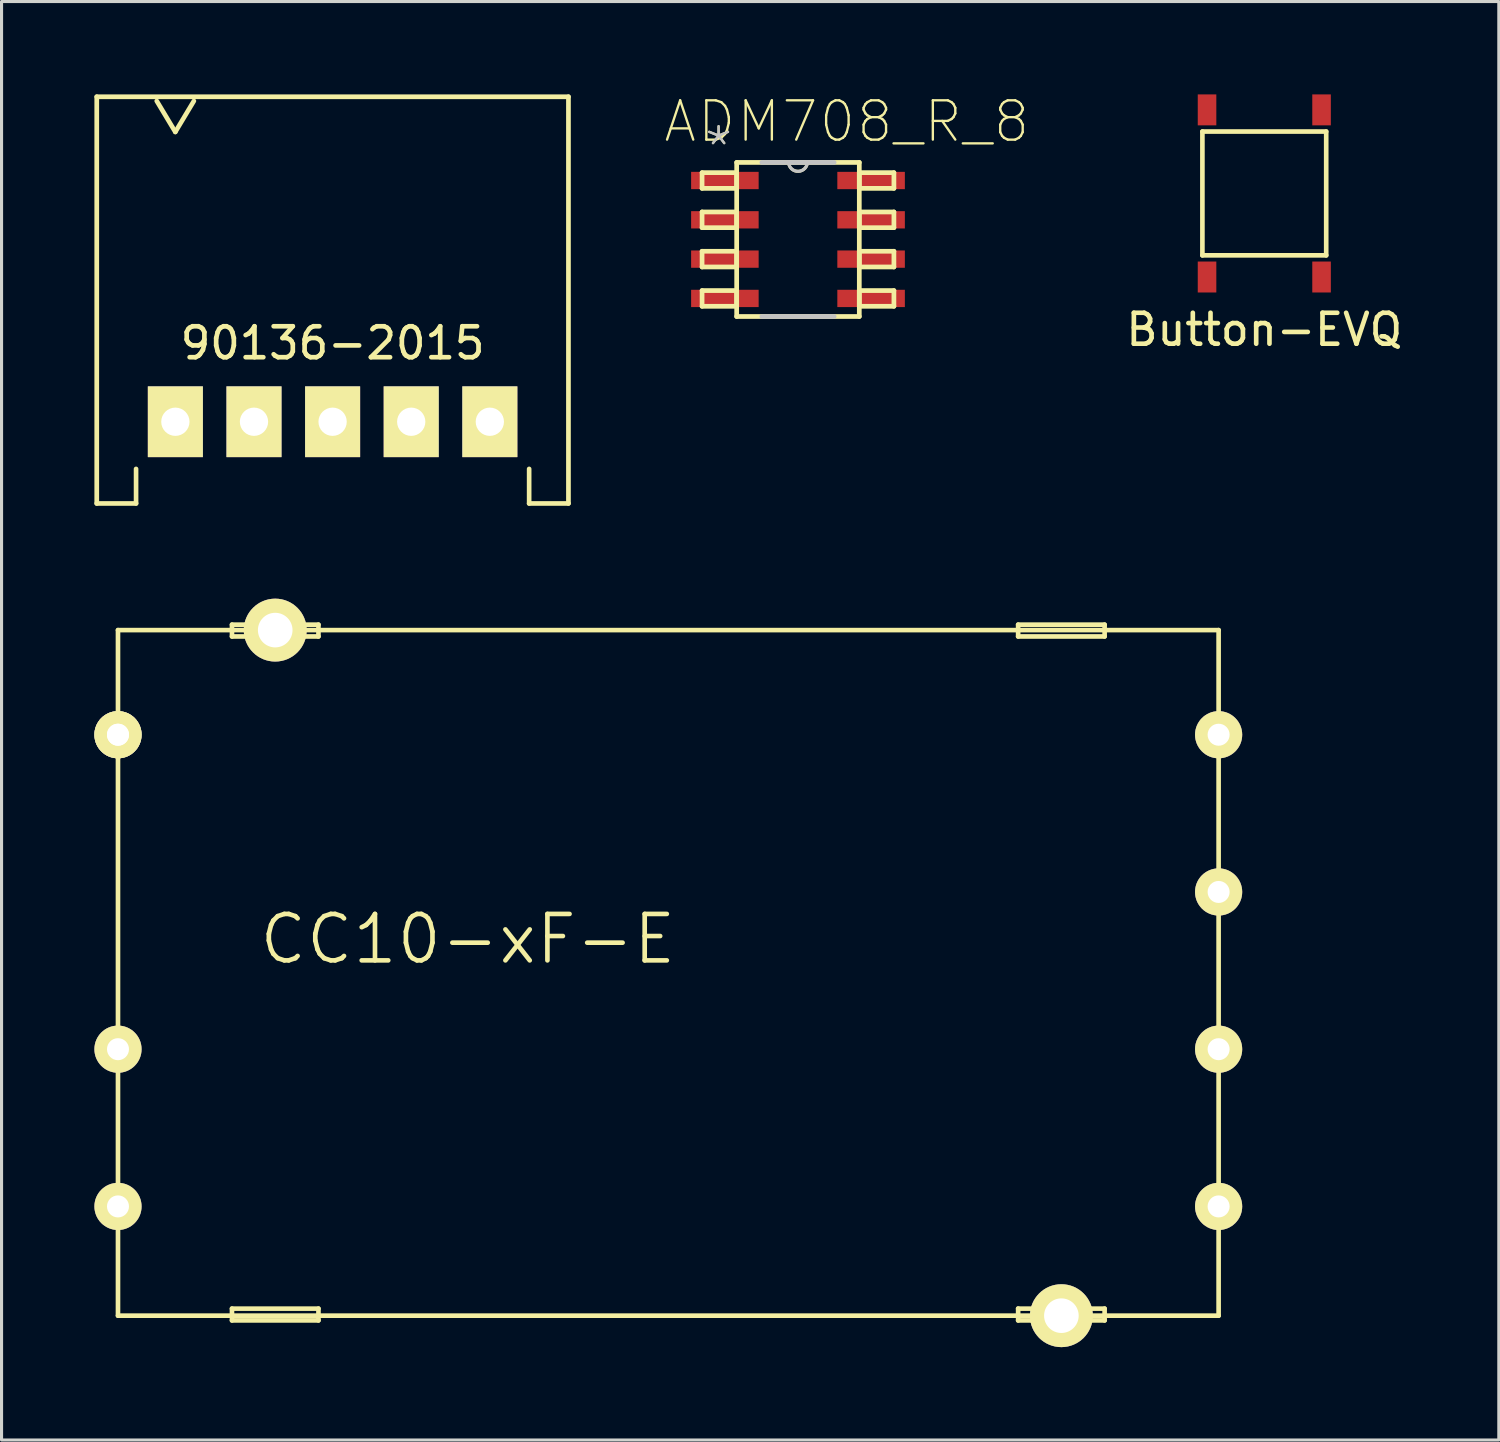
<source format=kicad_pcb>
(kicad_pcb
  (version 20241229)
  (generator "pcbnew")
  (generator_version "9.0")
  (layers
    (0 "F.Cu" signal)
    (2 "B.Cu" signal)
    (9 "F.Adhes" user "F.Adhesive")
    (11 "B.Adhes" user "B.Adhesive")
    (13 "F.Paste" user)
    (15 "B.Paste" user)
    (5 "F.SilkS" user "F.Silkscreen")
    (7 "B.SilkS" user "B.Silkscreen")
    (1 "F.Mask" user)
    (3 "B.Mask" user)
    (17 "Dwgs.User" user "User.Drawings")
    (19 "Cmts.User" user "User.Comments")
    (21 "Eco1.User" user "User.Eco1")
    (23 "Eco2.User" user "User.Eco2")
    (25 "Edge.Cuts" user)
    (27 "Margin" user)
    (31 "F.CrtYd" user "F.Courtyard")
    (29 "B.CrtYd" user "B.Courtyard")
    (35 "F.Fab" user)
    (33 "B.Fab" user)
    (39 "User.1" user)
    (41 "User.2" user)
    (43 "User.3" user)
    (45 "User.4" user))
  (footprint "ADM708_R_8"
    (layer "F.Cu")
    (at 22.732 4.687)
    (property "Reference" "ADM708_R_8" (at 1.575 -3.81 0) (layer "F.SilkS") (effects (font (size 1.27 1.27) (thickness 0.076))))
    (attr smd)
    (fp_line (start -3.099 -2.159) (end -3.099 -1.651) (stroke (width 0.152) (type solid)) (layer "F.SilkS"))
    (fp_line (start -3.099 -1.651) (end -1.981 -1.651) (stroke (width 0.152) (type solid)) (layer "F.SilkS"))
    (fp_line (start -3.099 -0.889) (end -3.099 -0.381) (stroke (width 0.152) (type solid)) (layer "F.SilkS"))
    (fp_line (start -3.099 -0.381) (end -1.981 -0.381) (stroke (width 0.152) (type solid)) (layer "F.SilkS"))
    (fp_line (start -3.099 0.381) (end -3.099 0.889) (stroke (width 0.152) (type solid)) (layer "F.SilkS"))
    (fp_line (start -3.099 0.889) (end -1.981 0.889) (stroke (width 0.152) (type solid)) (layer "F.SilkS"))
    (fp_line (start -3.099 1.651) (end -3.099 2.159) (stroke (width 0.152) (type solid)) (layer "F.SilkS"))
    (fp_line (start -3.099 2.159) (end -1.981 2.159) (stroke (width 0.152) (type solid)) (layer "F.SilkS"))
    (fp_line (start -1.981 -2.489) (end -1.981 2.489) (stroke (width 0.152) (type solid)) (layer "F.SilkS"))
    (fp_line (start -1.981 -2.159) (end -3.099 -2.159) (stroke (width 0.152) (type solid)) (layer "F.SilkS"))
    (fp_line (start -1.981 -1.651) (end -1.981 -2.159) (stroke (width 0.152) (type solid)) (layer "F.SilkS"))
    (fp_line (start -1.981 -0.889) (end -3.099 -0.889) (stroke (width 0.152) (type solid)) (layer "F.SilkS"))
    (fp_line (start -1.981 -0.381) (end -1.981 -0.889) (stroke (width 0.152) (type solid)) (layer "F.SilkS"))
    (fp_line (start -1.981 0.381) (end -3.099 0.381) (stroke (width 0.152) (type solid)) (layer "F.SilkS"))
    (fp_line (start -1.981 0.889) (end -1.981 0.381) (stroke (width 0.152) (type solid)) (layer "F.SilkS"))
    (fp_line (start -1.981 1.651) (end -3.099 1.651) (stroke (width 0.152) (type solid)) (layer "F.SilkS"))
    (fp_line (start -1.981 2.159) (end -1.981 1.651) (stroke (width 0.152) (type solid)) (layer "F.SilkS"))
    (fp_line (start -1.981 2.489) (end 1.981 2.489) (stroke (width 0.152) (type solid)) (layer "F.SilkS"))
    (fp_line (start -0.305 -2.489) (end -1.981 -2.489) (stroke (width 0.152) (type solid)) (layer "F.SilkS"))
    (fp_line (start 1.981 -2.489) (end -0.305 -2.489) (stroke (width 0.152) (type solid)) (layer "F.SilkS"))
    (fp_line (start 1.981 -2.159) (end 1.981 -1.651) (stroke (width 0.152) (type solid)) (layer "F.SilkS"))
    (fp_line (start 1.981 -1.651) (end 3.099 -1.651) (stroke (width 0.152) (type solid)) (layer "F.SilkS"))
    (fp_line (start 1.981 -0.889) (end 1.981 -0.381) (stroke (width 0.152) (type solid)) (layer "F.SilkS"))
    (fp_line (start 1.981 -0.381) (end 3.099 -0.381) (stroke (width 0.152) (type solid)) (layer "F.SilkS"))
    (fp_line (start 1.981 0.381) (end 1.981 0.889) (stroke (width 0.152) (type solid)) (layer "F.SilkS"))
    (fp_line (start 1.981 0.889) (end 3.099 0.889) (stroke (width 0.152) (type solid)) (layer "F.SilkS"))
    (fp_line (start 1.981 1.651) (end 1.981 2.159) (stroke (width 0.152) (type solid)) (layer "F.SilkS"))
    (fp_line (start 1.981 2.159) (end 3.099 2.159) (stroke (width 0.152) (type solid)) (layer "F.SilkS"))
    (fp_line (start 1.981 2.489) (end 1.981 -2.489) (stroke (width 0.152) (type solid)) (layer "F.SilkS"))
    (fp_line (start 3.099 -2.159) (end 1.981 -2.159) (stroke (width 0.152) (type solid)) (layer "F.SilkS"))
    (fp_line (start 3.099 -1.651) (end 3.099 -2.159) (stroke (width 0.152) (type solid)) (layer "F.SilkS"))
    (fp_line (start 3.099 -0.889) (end 1.981 -0.889) (stroke (width 0.152) (type solid)) (layer "F.SilkS"))
    (fp_line (start 3.099 -0.381) (end 3.099 -0.889) (stroke (width 0.152) (type solid)) (layer "F.SilkS"))
    (fp_line (start 3.099 0.381) (end 1.981 0.381) (stroke (width 0.152) (type solid)) (layer "F.SilkS"))
    (fp_line (start 3.099 0.889) (end 3.099 0.381) (stroke (width 0.152) (type solid)) (layer "F.SilkS"))
    (fp_line (start 3.099 1.651) (end 1.981 1.651) (stroke (width 0.152) (type solid)) (layer "F.SilkS"))
    (fp_line (start 3.099 2.159) (end 3.099 1.651) (stroke (width 0.152) (type solid)) (layer "F.SilkS"))
    (fp_arc (start 0.3048 -2.5146) (mid 0.0127 -2.1971) (end -0.3048 -2.4892) (stroke (width 0.1) (type solid)) (layer "F.SilkS"))
    (fp_line (start -1.168 2.489) (end 1.168 2.489) (stroke (width 0.152) (type solid)) (layer "Dwgs.User"))
    (fp_line (start -0.305 -2.489) (end -1.168 -2.489) (stroke (width 0.152) (type solid)) (layer "Dwgs.User"))
    (fp_line (start 1.168 -2.489) (end -0.305 -2.489) (stroke (width 0.152) (type solid)) (layer "Dwgs.User"))
    (fp_arc (start 0.3048 -2.5146) (mid 0.0127 -2.1971) (end -0.3048 -2.4892) (stroke (width 0.1) (type solid)) (layer "Dwgs.User"))
    (fp_text user "*" (at -2.565 -2.972 0) (layer "F.SilkS") (effects (font (size 1.27 1.27) (thickness 0.076))))
    (fp_text user "*" (at -2.565 -2.972 0) (layer "Dwgs.User") (effects (font (size 1.27 1.27) (thickness 0.076))))
    (pad "1" smd rect (at -2.362 -1.905) (size 2.182 0.559) (layers "F.Cu" "F.Mask" "F.Paste"))
    (pad "2" smd rect (at -2.362 -0.635) (size 2.182 0.559) (layers "F.Cu" "F.Mask" "F.Paste"))
    (pad "3" smd rect (at -2.362 0.635) (size 2.182 0.559) (layers "F.Cu" "F.Mask" "F.Paste"))
    (pad "4" smd rect (at -2.362 1.905) (size 2.182 0.559) (layers "F.Cu" "F.Mask" "F.Paste"))
    (pad "5" smd rect (at 2.362 1.905) (size 2.182 0.559) (layers "F.Cu" "F.Mask" "F.Paste"))
    (pad "6" smd rect (at 2.362 0.635) (size 2.182 0.559) (layers "F.Cu" "F.Mask" "F.Paste"))
    (pad "7" smd rect (at 2.362 -0.635) (size 2.182 0.559) (layers "F.Cu" "F.Mask" "F.Paste"))
    (pad "8" smd rect (at 2.362 -1.905) (size 2.182 0.559) (layers "F.Cu" "F.Mask" "F.Paste")))
  (footprint "CC10-xF-E"
    (layer "F.Cu")
    (at 0.762 20.688)
    (property "Reference" "CC10-xF-E" (at 11.303 6.604 0) (layer "F.SilkS") (effects (font (size 1.5 1.5) (thickness 0.15))))
    (attr through_hole)
    (fp_line (start 0 -3.38) (end 0 18.77) (stroke (width 0.15) (type solid)) (layer "F.SilkS"))
    (fp_line (start 0 -3.38) (end 35.56 -3.38) (stroke (width 0.15) (type solid)) (layer "F.SilkS"))
    (fp_line (start 0 18.77) (end 35.56 18.77) (stroke (width 0.15) (type solid)) (layer "F.SilkS"))
    (fp_line (start 3.683 -3.556) (end 3.683 -3.175) (stroke (width 0.15) (type solid)) (layer "F.SilkS"))
    (fp_line (start 3.683 -3.175) (end 6.477 -3.175) (stroke (width 0.15) (type solid)) (layer "F.SilkS"))
    (fp_line (start 3.683 18.542) (end 6.477 18.542) (stroke (width 0.15) (type solid)) (layer "F.SilkS"))
    (fp_line (start 3.683 18.923) (end 3.683 18.542) (stroke (width 0.15) (type solid)) (layer "F.SilkS"))
    (fp_line (start 6.477 -3.556) (end 3.683 -3.556) (stroke (width 0.15) (type solid)) (layer "F.SilkS"))
    (fp_line (start 6.477 -3.175) (end 6.477 -3.556) (stroke (width 0.15) (type solid)) (layer "F.SilkS"))
    (fp_line (start 6.477 18.542) (end 6.477 18.923) (stroke (width 0.15) (type solid)) (layer "F.SilkS"))
    (fp_line (start 6.477 18.923) (end 3.683 18.923) (stroke (width 0.15) (type solid)) (layer "F.SilkS"))
    (fp_line (start 29.083 -3.556) (end 29.083 -3.175) (stroke (width 0.15) (type solid)) (layer "F.SilkS"))
    (fp_line (start 29.083 -3.175) (end 31.877 -3.175) (stroke (width 0.15) (type solid)) (layer "F.SilkS"))
    (fp_line (start 29.083 18.542) (end 31.877 18.542) (stroke (width 0.15) (type solid)) (layer "F.SilkS"))
    (fp_line (start 29.083 18.923) (end 29.083 18.542) (stroke (width 0.15) (type solid)) (layer "F.SilkS"))
    (fp_line (start 31.877 -3.556) (end 29.083 -3.556) (stroke (width 0.15) (type solid)) (layer "F.SilkS"))
    (fp_line (start 31.877 -3.175) (end 31.877 -3.556) (stroke (width 0.15) (type solid)) (layer "F.SilkS"))
    (fp_line (start 31.877 18.542) (end 31.877 18.923) (stroke (width 0.15) (type solid)) (layer "F.SilkS"))
    (fp_line (start 31.877 18.923) (end 29.083 18.923) (stroke (width 0.15) (type solid)) (layer "F.SilkS"))
    (fp_line (start 35.56 -3.38) (end 35.56 18.77) (stroke (width 0.15) (type solid)) (layer "F.SilkS"))
    (pad "1" thru_hole circle (at 0 0) (size 1.524 1.524) (drill 0.711) (layers "*.Cu" "*.Mask" "F.SilkS"))
    (pad "1" thru_hole circle (at 0 0) (size 1.524 1.524) (drill 0.711) (layers "*.Cu" "*.Mask" "F.SilkS"))
    (pad "2" thru_hole circle (at 0 10.16) (size 1.524 1.524) (drill 0.711) (layers "*.Cu" "*.Mask" "F.SilkS"))
    (pad "3" thru_hole circle (at 0 15.24) (size 1.524 1.524) (drill 0.711) (layers "*.Cu" "*.Mask" "F.SilkS"))
    (pad "4" thru_hole circle (at 35.56 15.24) (size 1.524 1.524) (drill 0.711) (layers "*.Cu" "*.Mask" "F.SilkS"))
    (pad "5" thru_hole circle (at 35.56 10.16) (size 1.524 1.524) (drill 0.711) (layers "*.Cu" "*.Mask" "F.SilkS"))
    (pad "6" thru_hole circle (at 35.56 5.08) (size 1.524 1.524) (drill 0.711) (layers "*.Cu" "*.Mask" "F.SilkS"))
    (pad "7" thru_hole circle (at 35.56 0) (size 1.524 1.524) (drill 0.711) (layers "*.Cu" "*.Mask" "F.SilkS"))
    (pad "8" thru_hole circle (at 5.08 -3.38) (size 2.032 2.032) (drill 1.118) (layers "*.Cu" "*.Mask" "F.SilkS"))
    (pad "8" thru_hole circle (at 30.48 18.77) (size 2.032 2.032) (drill 1.118) (layers "*.Cu" "*.Mask" "F.SilkS")))
  (footprint "Button-EVQ"
    (layer "F.Cu")
    (at 37.798 3.2)
    (property "Reference" "Button-EVQ" (at 0 4.4 0) (layer "F.SilkS") (effects (font (size 1 1) (thickness 0.15))))
    (attr through_hole)
    (fp_line (start -2 -2) (end 2 -2) (stroke (width 0.15) (type solid)) (layer "F.SilkS"))
    (fp_line (start -2 2) (end -2 -2) (stroke (width 0.15) (type solid)) (layer "F.SilkS"))
    (fp_line (start 2 -2) (end 2 2) (stroke (width 0.15) (type solid)) (layer "F.SilkS"))
    (fp_line (start 2 2) (end -2 2) (stroke (width 0.15) (type solid)) (layer "F.SilkS"))
    (pad "1" smd rect (at -1.85 2.7) (size 0.6 1) (layers "F.Cu" "F.Mask" "F.Paste"))
    (pad "2" smd rect (at 1.85 2.7) (size 0.6 1) (layers "F.Cu" "F.Mask" "F.Paste"))
    (pad "3" smd rect (at 1.85 -2.7) (size 0.6 1) (layers "F.Cu" "F.Mask" "F.Paste"))
    (pad "4" smd rect (at -1.85 -2.7) (size 0.6 1) (layers "F.Cu" "F.Mask" "F.Paste")))
  (footprint "90136-2015"
    (layer "F.Cu")
    (at 7.696 10.576)
    (property "Reference" "90136-2015" (at 0 -2.54 0) (layer "F.SilkS") (effects (font (size 1 1) (thickness 0.15))))
    (attr through_hole)
    (fp_line (start -7.62 -10.5) (end 7.62 -10.5) (stroke (width 0.152) (type solid)) (layer "F.SilkS"))
    (fp_line (start -7.62 2.64) (end -7.62 -10.5) (stroke (width 0.152) (type solid)) (layer "F.SilkS"))
    (fp_line (start -7.62 2.64) (end -6.35 2.64) (stroke (width 0.152) (type solid)) (layer "F.SilkS"))
    (fp_line (start -6.35 2.64) (end -6.35 1.524) (stroke (width 0.15) (type solid)) (layer "F.SilkS"))
    (fp_line (start -5.082 -9.363) (end -5.682 -10.363) (stroke (width 0.15) (type solid)) (layer "F.SilkS"))
    (fp_line (start -5.082 -9.363) (end -4.482 -10.363) (stroke (width 0.15) (type solid)) (layer "F.SilkS"))
    (fp_line (start 6.35 2.64) (end 6.35 1.524) (stroke (width 0.15) (type solid)) (layer "F.SilkS"))
    (fp_line (start 6.35 2.64) (end 7.62 2.64) (stroke (width 0.152) (type solid)) (layer "F.SilkS"))
    (fp_line (start 7.62 2.64) (end 7.62 -10.5) (stroke (width 0.152) (type solid)) (layer "F.SilkS"))
    (pad "1" thru_hole rect (at -5.08 0) (size 1.778 2.286) (drill 0.914) (layers "*.Cu" "*.Mask" "F.SilkS"))
    (pad "2" thru_hole rect (at -2.54 0) (size 1.778 2.286) (drill 0.914) (layers "*.Cu" "*.Mask" "F.SilkS"))
    (pad "3" thru_hole rect (at 0 0) (size 1.778 2.286) (drill 0.914) (layers "*.Cu" "*.Mask" "F.SilkS"))
    (pad "4" thru_hole rect (at 2.54 0) (size 1.778 2.286) (drill 0.914) (layers "*.Cu" "*.Mask" "F.SilkS"))
    (pad "5" thru_hole rect (at 5.08 0) (size 1.778 2.286) (drill 0.914) (layers "*.Cu" "*.Mask" "F.SilkS")))
  (gr_rect
    (start -3 -3)
    (end 45.375 43.474)
    (stroke (width 0.1) (type default))
    (fill no)
    (layer "Edge.Cuts")))
</source>
